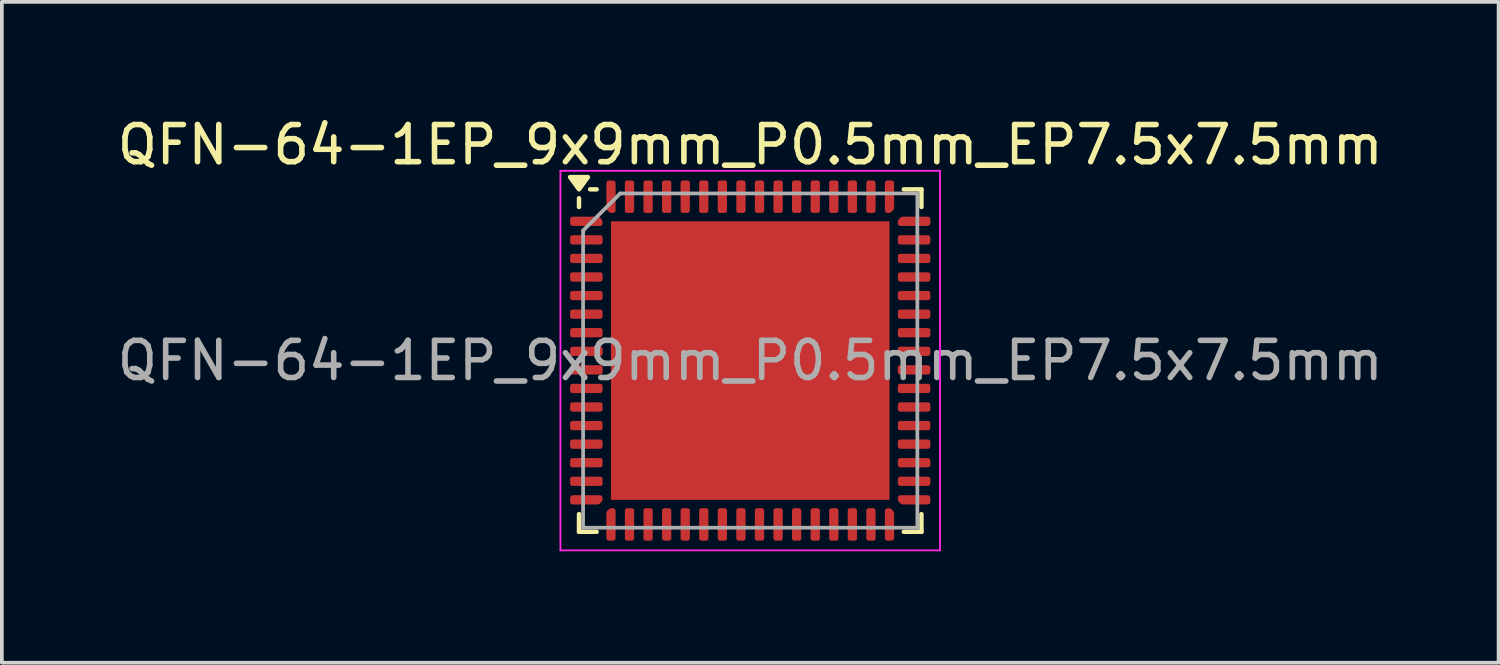
<source format=kicad_pcb>
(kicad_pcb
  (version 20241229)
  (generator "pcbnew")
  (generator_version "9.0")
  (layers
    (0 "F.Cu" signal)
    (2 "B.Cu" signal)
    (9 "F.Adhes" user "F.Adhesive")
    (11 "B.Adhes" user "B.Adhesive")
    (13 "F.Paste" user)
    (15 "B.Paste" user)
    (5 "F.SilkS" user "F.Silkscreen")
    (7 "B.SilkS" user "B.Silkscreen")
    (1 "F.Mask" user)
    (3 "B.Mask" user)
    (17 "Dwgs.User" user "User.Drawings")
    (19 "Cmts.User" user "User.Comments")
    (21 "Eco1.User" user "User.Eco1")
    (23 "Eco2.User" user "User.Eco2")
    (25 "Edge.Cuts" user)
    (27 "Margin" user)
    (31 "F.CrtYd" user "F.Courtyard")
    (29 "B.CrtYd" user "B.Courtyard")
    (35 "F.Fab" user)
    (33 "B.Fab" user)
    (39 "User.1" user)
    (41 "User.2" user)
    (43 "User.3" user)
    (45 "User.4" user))
  (footprint "QFN-64-1EP_9x9mm_P0.5mm_EP7.5x7.5mm"
    (layer "F.Cu")
    (at 17.149 6.658)
    (property "Reference" "QFN-64-1EP_9x9mm_P0.5mm_EP7.5x7.5mm" (at 0 -5.81 0) (layer "F.SilkS") (effects (font (size 1 1) (thickness 0.15))))
    (attr smd)
    (fp_line (start -4.61 -4.135) (end -4.61 -4.37) (stroke (width 0.12) (type solid)) (layer "F.SilkS"))
    (fp_line (start -4.61 4.61) (end -4.61 4.135) (stroke (width 0.12) (type solid)) (layer "F.SilkS"))
    (fp_line (start -4.135 -4.61) (end -4.31 -4.61) (stroke (width 0.12) (type solid)) (layer "F.SilkS"))
    (fp_line (start -4.135 4.61) (end -4.61 4.61) (stroke (width 0.12) (type solid)) (layer "F.SilkS"))
    (fp_line (start 4.135 -4.61) (end 4.61 -4.61) (stroke (width 0.12) (type solid)) (layer "F.SilkS"))
    (fp_line (start 4.135 4.61) (end 4.61 4.61) (stroke (width 0.12) (type solid)) (layer "F.SilkS"))
    (fp_line (start 4.61 -4.61) (end 4.61 -4.135) (stroke (width 0.12) (type solid)) (layer "F.SilkS"))
    (fp_line (start 4.61 4.61) (end 4.61 4.135) (stroke (width 0.12) (type solid)) (layer "F.SilkS"))
    (fp_poly (pts (xy -4.61 -4.61) (xy -4.85 -4.94) (xy -4.37 -4.94) (xy -4.61 -4.61)) (stroke (width 0.12) (type solid)) (fill yes) (layer "F.SilkS"))
    (fp_line (start -5.11 -5.11) (end -5.11 5.11) (stroke (width 0.05) (type solid)) (layer "F.CrtYd"))
    (fp_line (start -5.11 5.11) (end 5.11 5.11) (stroke (width 0.05) (type solid)) (layer "F.CrtYd"))
    (fp_line (start 5.11 -5.11) (end -5.11 -5.11) (stroke (width 0.05) (type solid)) (layer "F.CrtYd"))
    (fp_line (start 5.11 5.11) (end 5.11 -5.11) (stroke (width 0.05) (type solid)) (layer "F.CrtYd"))
    (fp_line (start -4.5 -3.5) (end -3.5 -4.5) (stroke (width 0.1) (type solid)) (layer "F.Fab"))
    (fp_line (start -4.5 4.5) (end -4.5 -3.5) (stroke (width 0.1) (type solid)) (layer "F.Fab"))
    (fp_line (start -3.5 -4.5) (end 4.5 -4.5) (stroke (width 0.1) (type solid)) (layer "F.Fab"))
    (fp_line (start 4.5 -4.5) (end 4.5 4.5) (stroke (width 0.1) (type solid)) (layer "F.Fab"))
    (fp_line (start 4.5 4.5) (end -4.5 4.5) (stroke (width 0.1) (type solid)) (layer "F.Fab"))
    (fp_text user "${REFERENCE}" (at 0 0 0) (layer "F.Fab") (effects (font (size 1 1) (thickness 0.15))))
    (pad "" smd roundrect (at -3.125 -3.125) (size 1.01 1.01) (layers "F.Paste") (roundrect_rratio 0.248))
    (pad "" smd roundrect (at -3.125 -1.875) (size 1.01 1.01) (layers "F.Paste") (roundrect_rratio 0.248))
    (pad "" smd roundrect (at -3.125 -0.625) (size 1.01 1.01) (layers "F.Paste") (roundrect_rratio 0.248))
    (pad "" smd roundrect (at -3.125 0.625) (size 1.01 1.01) (layers "F.Paste") (roundrect_rratio 0.248))
    (pad "" smd roundrect (at -3.125 1.875) (size 1.01 1.01) (layers "F.Paste") (roundrect_rratio 0.248))
    (pad "" smd roundrect (at -3.125 3.125) (size 1.01 1.01) (layers "F.Paste") (roundrect_rratio 0.248))
    (pad "" smd roundrect (at -1.875 -3.125) (size 1.01 1.01) (layers "F.Paste") (roundrect_rratio 0.248))
    (pad "" smd roundrect (at -1.875 -1.875) (size 1.01 1.01) (layers "F.Paste") (roundrect_rratio 0.248))
    (pad "" smd roundrect (at -1.875 -0.625) (size 1.01 1.01) (layers "F.Paste") (roundrect_rratio 0.248))
    (pad "" smd roundrect (at -1.875 0.625) (size 1.01 1.01) (layers "F.Paste") (roundrect_rratio 0.248))
    (pad "" smd roundrect (at -1.875 1.875) (size 1.01 1.01) (layers "F.Paste") (roundrect_rratio 0.248))
    (pad "" smd roundrect (at -1.875 3.125) (size 1.01 1.01) (layers "F.Paste") (roundrect_rratio 0.248))
    (pad "" smd roundrect (at -0.625 -3.125) (size 1.01 1.01) (layers "F.Paste") (roundrect_rratio 0.248))
    (pad "" smd roundrect (at -0.625 -1.875) (size 1.01 1.01) (layers "F.Paste") (roundrect_rratio 0.248))
    (pad "" smd roundrect (at -0.625 -0.625) (size 1.01 1.01) (layers "F.Paste") (roundrect_rratio 0.248))
    (pad "" smd roundrect (at -0.625 0.625) (size 1.01 1.01) (layers "F.Paste") (roundrect_rratio 0.248))
    (pad "" smd roundrect (at -0.625 1.875) (size 1.01 1.01) (layers "F.Paste") (roundrect_rratio 0.248))
    (pad "" smd roundrect (at -0.625 3.125) (size 1.01 1.01) (layers "F.Paste") (roundrect_rratio 0.248))
    (pad "" smd roundrect (at 0.625 -3.125) (size 1.01 1.01) (layers "F.Paste") (roundrect_rratio 0.248))
    (pad "" smd roundrect (at 0.625 -1.875) (size 1.01 1.01) (layers "F.Paste") (roundrect_rratio 0.248))
    (pad "" smd roundrect (at 0.625 -0.625) (size 1.01 1.01) (layers "F.Paste") (roundrect_rratio 0.248))
    (pad "" smd roundrect (at 0.625 0.625) (size 1.01 1.01) (layers "F.Paste") (roundrect_rratio 0.248))
    (pad "" smd roundrect (at 0.625 1.875) (size 1.01 1.01) (layers "F.Paste") (roundrect_rratio 0.248))
    (pad "" smd roundrect (at 0.625 3.125) (size 1.01 1.01) (layers "F.Paste") (roundrect_rratio 0.248))
    (pad "" smd roundrect (at 1.875 -3.125) (size 1.01 1.01) (layers "F.Paste") (roundrect_rratio 0.248))
    (pad "" smd roundrect (at 1.875 -1.875) (size 1.01 1.01) (layers "F.Paste") (roundrect_rratio 0.248))
    (pad "" smd roundrect (at 1.875 -0.625) (size 1.01 1.01) (layers "F.Paste") (roundrect_rratio 0.248))
    (pad "" smd roundrect (at 1.875 0.625) (size 1.01 1.01) (layers "F.Paste") (roundrect_rratio 0.248))
    (pad "" smd roundrect (at 1.875 1.875) (size 1.01 1.01) (layers "F.Paste") (roundrect_rratio 0.248))
    (pad "" smd roundrect (at 1.875 3.125) (size 1.01 1.01) (layers "F.Paste") (roundrect_rratio 0.248))
    (pad "" smd roundrect (at 3.125 -3.125) (size 1.01 1.01) (layers "F.Paste") (roundrect_rratio 0.248))
    (pad "" smd roundrect (at 3.125 -1.875) (size 1.01 1.01) (layers "F.Paste") (roundrect_rratio 0.248))
    (pad "" smd roundrect (at 3.125 -0.625) (size 1.01 1.01) (layers "F.Paste") (roundrect_rratio 0.248))
    (pad "" smd roundrect (at 3.125 0.625) (size 1.01 1.01) (layers "F.Paste") (roundrect_rratio 0.248))
    (pad "" smd roundrect (at 3.125 1.875) (size 1.01 1.01) (layers "F.Paste") (roundrect_rratio 0.248))
    (pad "" smd roundrect (at 3.125 3.125) (size 1.01 1.01) (layers "F.Paste") (roundrect_rratio 0.248))
    (pad "1" smd custom (at -4.412 -3.75) (size 0.179 0.179) (layers "F.Cu" "F.Mask" "F.Paste") (options (anchor circle)) (primitives (gr_poly (pts (xy -0.375 -0.062) (xy 0.312 -0.062) (xy 0.375 0.001) (xy 0.375 0.062) (xy -0.375 0.062)) (width 0.125) (fill yes))))
    (pad "2" smd roundrect (at -4.412 -3.25) (size 0.875 0.25) (layers "F.Cu" "F.Mask" "F.Paste") (roundrect_rratio 0.25))
    (pad "3" smd roundrect (at -4.412 -2.75) (size 0.875 0.25) (layers "F.Cu" "F.Mask" "F.Paste") (roundrect_rratio 0.25))
    (pad "4" smd roundrect (at -4.412 -2.25) (size 0.875 0.25) (layers "F.Cu" "F.Mask" "F.Paste") (roundrect_rratio 0.25))
    (pad "5" smd roundrect (at -4.412 -1.75) (size 0.875 0.25) (layers "F.Cu" "F.Mask" "F.Paste") (roundrect_rratio 0.25))
    (pad "6" smd roundrect (at -4.412 -1.25) (size 0.875 0.25) (layers "F.Cu" "F.Mask" "F.Paste") (roundrect_rratio 0.25))
    (pad "7" smd roundrect (at -4.412 -0.75) (size 0.875 0.25) (layers "F.Cu" "F.Mask" "F.Paste") (roundrect_rratio 0.25))
    (pad "8" smd roundrect (at -4.412 -0.25) (size 0.875 0.25) (layers "F.Cu" "F.Mask" "F.Paste") (roundrect_rratio 0.25))
    (pad "9" smd roundrect (at -4.412 0.25) (size 0.875 0.25) (layers "F.Cu" "F.Mask" "F.Paste") (roundrect_rratio 0.25))
    (pad "10" smd roundrect (at -4.412 0.75) (size 0.875 0.25) (layers "F.Cu" "F.Mask" "F.Paste") (roundrect_rratio 0.25))
    (pad "11" smd roundrect (at -4.412 1.25) (size 0.875 0.25) (layers "F.Cu" "F.Mask" "F.Paste") (roundrect_rratio 0.25))
    (pad "12" smd roundrect (at -4.412 1.75) (size 0.875 0.25) (layers "F.Cu" "F.Mask" "F.Paste") (roundrect_rratio 0.25))
    (pad "13" smd roundrect (at -4.412 2.25) (size 0.875 0.25) (layers "F.Cu" "F.Mask" "F.Paste") (roundrect_rratio 0.25))
    (pad "14" smd roundrect (at -4.412 2.75) (size 0.875 0.25) (layers "F.Cu" "F.Mask" "F.Paste") (roundrect_rratio 0.25))
    (pad "15" smd roundrect (at -4.412 3.25) (size 0.875 0.25) (layers "F.Cu" "F.Mask" "F.Paste") (roundrect_rratio 0.25))
    (pad "16" smd custom (at -4.412 3.75) (size 0.179 0.179) (layers "F.Cu" "F.Mask" "F.Paste") (options (anchor circle)) (primitives (gr_poly (pts (xy -0.375 -0.062) (xy 0.375 -0.062) (xy 0.375 -0.001) (xy 0.312 0.062) (xy -0.375 0.062)) (width 0.125) (fill yes))))
    (pad "17" smd custom (at -3.75 4.412) (size 0.179 0.179) (layers "F.Cu" "F.Mask" "F.Paste") (options (anchor circle)) (primitives (gr_poly (pts (xy -0.062 -0.312) (xy 0.001 -0.375) (xy 0.062 -0.375) (xy 0.062 0.375) (xy -0.062 0.375)) (width 0.125) (fill yes))))
    (pad "18" smd roundrect (at -3.25 4.412) (size 0.25 0.875) (layers "F.Cu" "F.Mask" "F.Paste") (roundrect_rratio 0.25))
    (pad "19" smd roundrect (at -2.75 4.412) (size 0.25 0.875) (layers "F.Cu" "F.Mask" "F.Paste") (roundrect_rratio 0.25))
    (pad "20" smd roundrect (at -2.25 4.412) (size 0.25 0.875) (layers "F.Cu" "F.Mask" "F.Paste") (roundrect_rratio 0.25))
    (pad "21" smd roundrect (at -1.75 4.412) (size 0.25 0.875) (layers "F.Cu" "F.Mask" "F.Paste") (roundrect_rratio 0.25))
    (pad "22" smd roundrect (at -1.25 4.412) (size 0.25 0.875) (layers "F.Cu" "F.Mask" "F.Paste") (roundrect_rratio 0.25))
    (pad "23" smd roundrect (at -0.75 4.412) (size 0.25 0.875) (layers "F.Cu" "F.Mask" "F.Paste") (roundrect_rratio 0.25))
    (pad "24" smd roundrect (at -0.25 4.412) (size 0.25 0.875) (layers "F.Cu" "F.Mask" "F.Paste") (roundrect_rratio 0.25))
    (pad "25" smd roundrect (at 0.25 4.412) (size 0.25 0.875) (layers "F.Cu" "F.Mask" "F.Paste") (roundrect_rratio 0.25))
    (pad "26" smd roundrect (at 0.75 4.412) (size 0.25 0.875) (layers "F.Cu" "F.Mask" "F.Paste") (roundrect_rratio 0.25))
    (pad "27" smd roundrect (at 1.25 4.412) (size 0.25 0.875) (layers "F.Cu" "F.Mask" "F.Paste") (roundrect_rratio 0.25))
    (pad "28" smd roundrect (at 1.75 4.412) (size 0.25 0.875) (layers "F.Cu" "F.Mask" "F.Paste") (roundrect_rratio 0.25))
    (pad "29" smd roundrect (at 2.25 4.412) (size 0.25 0.875) (layers "F.Cu" "F.Mask" "F.Paste") (roundrect_rratio 0.25))
    (pad "30" smd roundrect (at 2.75 4.412) (size 0.25 0.875) (layers "F.Cu" "F.Mask" "F.Paste") (roundrect_rratio 0.25))
    (pad "31" smd roundrect (at 3.25 4.412) (size 0.25 0.875) (layers "F.Cu" "F.Mask" "F.Paste") (roundrect_rratio 0.25))
    (pad "32" smd custom (at 3.75 4.412) (size 0.179 0.179) (layers "F.Cu" "F.Mask" "F.Paste") (options (anchor circle)) (primitives (gr_poly (pts (xy -0.062 -0.375) (xy -0.001 -0.375) (xy 0.062 -0.312) (xy 0.062 0.375) (xy -0.062 0.375)) (width 0.125) (fill yes))))
    (pad "33" smd custom (at 4.412 3.75) (size 0.179 0.179) (layers "F.Cu" "F.Mask" "F.Paste") (options (anchor circle)) (primitives (gr_poly (pts (xy -0.375 -0.062) (xy 0.375 -0.062) (xy 0.375 0.062) (xy -0.312 0.062) (xy -0.375 -0.001)) (width 0.125) (fill yes))))
    (pad "34" smd roundrect (at 4.412 3.25) (size 0.875 0.25) (layers "F.Cu" "F.Mask" "F.Paste") (roundrect_rratio 0.25))
    (pad "35" smd roundrect (at 4.412 2.75) (size 0.875 0.25) (layers "F.Cu" "F.Mask" "F.Paste") (roundrect_rratio 0.25))
    (pad "36" smd roundrect (at 4.412 2.25) (size 0.875 0.25) (layers "F.Cu" "F.Mask" "F.Paste") (roundrect_rratio 0.25))
    (pad "37" smd roundrect (at 4.412 1.75) (size 0.875 0.25) (layers "F.Cu" "F.Mask" "F.Paste") (roundrect_rratio 0.25))
    (pad "38" smd roundrect (at 4.412 1.25) (size 0.875 0.25) (layers "F.Cu" "F.Mask" "F.Paste") (roundrect_rratio 0.25))
    (pad "39" smd roundrect (at 4.412 0.75) (size 0.875 0.25) (layers "F.Cu" "F.Mask" "F.Paste") (roundrect_rratio 0.25))
    (pad "40" smd roundrect (at 4.412 0.25) (size 0.875 0.25) (layers "F.Cu" "F.Mask" "F.Paste") (roundrect_rratio 0.25))
    (pad "41" smd roundrect (at 4.412 -0.25) (size 0.875 0.25) (layers "F.Cu" "F.Mask" "F.Paste") (roundrect_rratio 0.25))
    (pad "42" smd roundrect (at 4.412 -0.75) (size 0.875 0.25) (layers "F.Cu" "F.Mask" "F.Paste") (roundrect_rratio 0.25))
    (pad "43" smd roundrect (at 4.412 -1.25) (size 0.875 0.25) (layers "F.Cu" "F.Mask" "F.Paste") (roundrect_rratio 0.25))
    (pad "44" smd roundrect (at 4.412 -1.75) (size 0.875 0.25) (layers "F.Cu" "F.Mask" "F.Paste") (roundrect_rratio 0.25))
    (pad "45" smd roundrect (at 4.412 -2.25) (size 0.875 0.25) (layers "F.Cu" "F.Mask" "F.Paste") (roundrect_rratio 0.25))
    (pad "46" smd roundrect (at 4.412 -2.75) (size 0.875 0.25) (layers "F.Cu" "F.Mask" "F.Paste") (roundrect_rratio 0.25))
    (pad "47" smd roundrect (at 4.412 -3.25) (size 0.875 0.25) (layers "F.Cu" "F.Mask" "F.Paste") (roundrect_rratio 0.25))
    (pad "48" smd custom (at 4.412 -3.75) (size 0.179 0.179) (layers "F.Cu" "F.Mask" "F.Paste") (options (anchor circle)) (primitives (gr_poly (pts (xy -0.375 0.001) (xy -0.312 -0.062) (xy 0.375 -0.062) (xy 0.375 0.062) (xy -0.375 0.062)) (width 0.125) (fill yes))))
    (pad "49" smd custom (at 3.75 -4.412) (size 0.179 0.179) (layers "F.Cu" "F.Mask" "F.Paste") (options (anchor circle)) (primitives (gr_poly (pts (xy -0.062 -0.375) (xy 0.062 -0.375) (xy 0.062 0.312) (xy -0.001 0.375) (xy -0.062 0.375)) (width 0.125) (fill yes))))
    (pad "50" smd roundrect (at 3.25 -4.412) (size 0.25 0.875) (layers "F.Cu" "F.Mask" "F.Paste") (roundrect_rratio 0.25))
    (pad "51" smd roundrect (at 2.75 -4.412) (size 0.25 0.875) (layers "F.Cu" "F.Mask" "F.Paste") (roundrect_rratio 0.25))
    (pad "52" smd roundrect (at 2.25 -4.412) (size 0.25 0.875) (layers "F.Cu" "F.Mask" "F.Paste") (roundrect_rratio 0.25))
    (pad "53" smd roundrect (at 1.75 -4.412) (size 0.25 0.875) (layers "F.Cu" "F.Mask" "F.Paste") (roundrect_rratio 0.25))
    (pad "54" smd roundrect (at 1.25 -4.412) (size 0.25 0.875) (layers "F.Cu" "F.Mask" "F.Paste") (roundrect_rratio 0.25))
    (pad "55" smd roundrect (at 0.75 -4.412) (size 0.25 0.875) (layers "F.Cu" "F.Mask" "F.Paste") (roundrect_rratio 0.25))
    (pad "56" smd roundrect (at 0.25 -4.412) (size 0.25 0.875) (layers "F.Cu" "F.Mask" "F.Paste") (roundrect_rratio 0.25))
    (pad "57" smd roundrect (at -0.25 -4.412) (size 0.25 0.875) (layers "F.Cu" "F.Mask" "F.Paste") (roundrect_rratio 0.25))
    (pad "58" smd roundrect (at -0.75 -4.412) (size 0.25 0.875) (layers "F.Cu" "F.Mask" "F.Paste") (roundrect_rratio 0.25))
    (pad "59" smd roundrect (at -1.25 -4.412) (size 0.25 0.875) (layers "F.Cu" "F.Mask" "F.Paste") (roundrect_rratio 0.25))
    (pad "60" smd roundrect (at -1.75 -4.412) (size 0.25 0.875) (layers "F.Cu" "F.Mask" "F.Paste") (roundrect_rratio 0.25))
    (pad "61" smd roundrect (at -2.25 -4.412) (size 0.25 0.875) (layers "F.Cu" "F.Mask" "F.Paste") (roundrect_rratio 0.25))
    (pad "62" smd roundrect (at -2.75 -4.412) (size 0.25 0.875) (layers "F.Cu" "F.Mask" "F.Paste") (roundrect_rratio 0.25))
    (pad "63" smd roundrect (at -3.25 -4.412) (size 0.25 0.875) (layers "F.Cu" "F.Mask" "F.Paste") (roundrect_rratio 0.25))
    (pad "64" smd custom (at -3.75 -4.412) (size 0.179 0.179) (layers "F.Cu" "F.Mask" "F.Paste") (options (anchor circle)) (primitives (gr_poly (pts (xy -0.062 -0.375) (xy 0.062 -0.375) (xy 0.062 0.375) (xy 0.001 0.375) (xy -0.062 0.312)) (width 0.125) (fill yes))))
    (pad "65" smd rect (at 0 0) (size 7.5 7.5) (property pad_prop_heatsink) (layers "F.Cu" "F.Mask")))
  (gr_rect
    (start -3 -3)
    (end 37.298 14.793)
    (stroke (width 0.1) (type default))
    (fill no)
    (layer "Edge.Cuts")))
</source>
